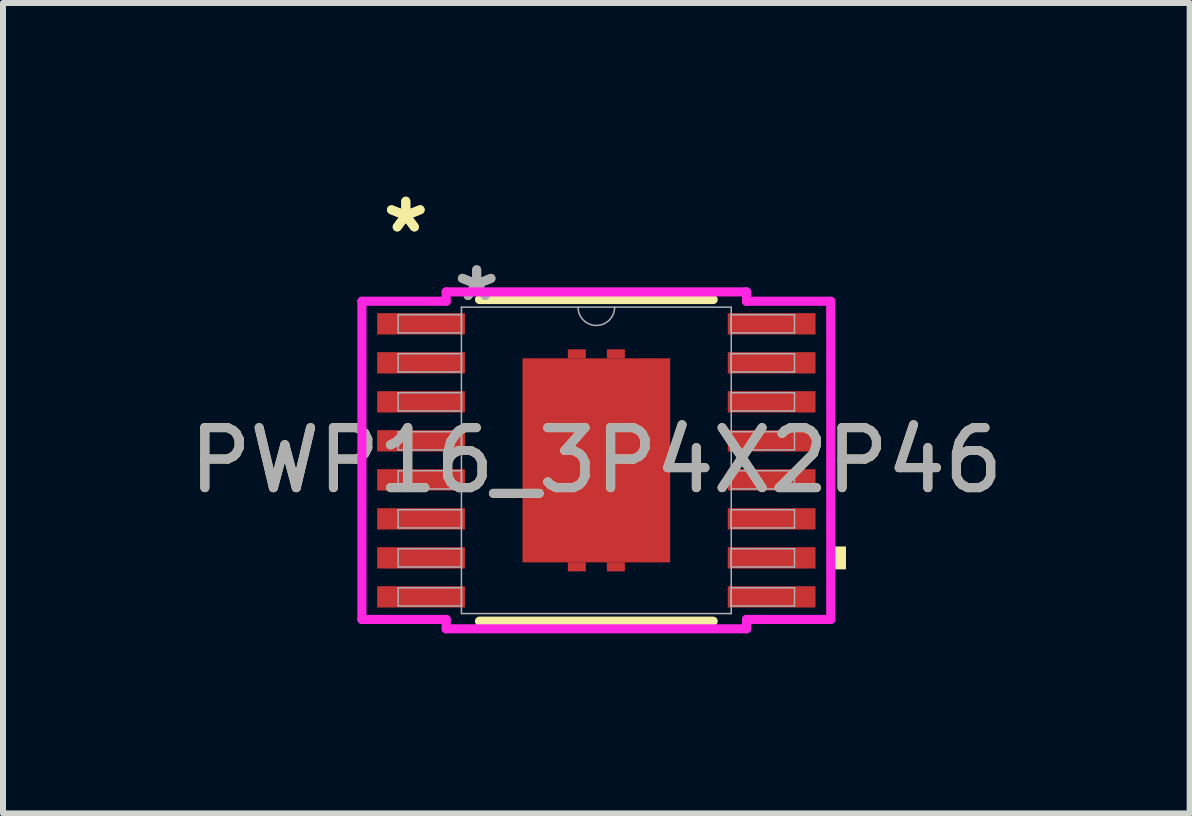
<source format=kicad_pcb>
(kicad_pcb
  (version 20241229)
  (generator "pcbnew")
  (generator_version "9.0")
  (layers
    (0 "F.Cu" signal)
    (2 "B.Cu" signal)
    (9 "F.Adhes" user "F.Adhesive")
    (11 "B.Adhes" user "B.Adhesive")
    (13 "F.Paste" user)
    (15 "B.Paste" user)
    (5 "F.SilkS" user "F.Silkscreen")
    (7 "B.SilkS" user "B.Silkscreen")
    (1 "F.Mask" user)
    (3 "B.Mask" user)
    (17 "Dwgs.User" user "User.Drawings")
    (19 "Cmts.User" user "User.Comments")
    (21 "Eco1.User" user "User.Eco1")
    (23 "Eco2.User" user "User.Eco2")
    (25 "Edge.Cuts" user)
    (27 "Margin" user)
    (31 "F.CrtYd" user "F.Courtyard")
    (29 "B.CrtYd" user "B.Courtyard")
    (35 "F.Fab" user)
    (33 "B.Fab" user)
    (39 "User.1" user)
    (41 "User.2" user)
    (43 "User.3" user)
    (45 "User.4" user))
  (footprint "PWP16_3P4X2P46"
    (layer "F.Cu")
    (at 6.887 4.621)
    (property "Reference" "PWP16_3P4X2P46" (at 0 0 0) (unlocked yes) (layer "F.SilkS") (effects (font (size 1 1) (thickness 0.15))))
    (attr smd)
    (fp_poly (pts (xy -0.175 -1.7) (xy -0.175 -1.85) (xy -0.475 -1.85) (xy -0.475 -1.7)) (stroke (width 0) (type solid)) (fill yes) (layer "F.Cu"))
    (fp_poly (pts (xy -0.175 1.7) (xy -0.175 1.85) (xy -0.475 1.85) (xy -0.475 1.7)) (stroke (width 0) (type solid)) (fill yes) (layer "F.Cu"))
    (fp_poly (pts (xy 0.175 -1.7) (xy 0.175 -1.85) (xy 0.475 -1.85) (xy 0.475 -1.7)) (stroke (width 0) (type solid)) (fill yes) (layer "F.Cu"))
    (fp_poly (pts (xy 0.175 1.7) (xy 0.175 1.85) (xy 0.475 1.85) (xy 0.475 1.7)) (stroke (width 0) (type solid)) (fill yes) (layer "F.Cu"))
    (fp_poly (pts (xy -0.175 -1.7) (xy -0.175 -1.85) (xy -0.475 -1.85) (xy -0.475 -1.7)) (stroke (width 0) (type solid)) (fill yes) (layer "F.Mask"))
    (fp_poly (pts (xy -0.175 1.7) (xy -0.175 1.85) (xy -0.475 1.85) (xy -0.475 1.7)) (stroke (width 0) (type solid)) (fill yes) (layer "F.Mask"))
    (fp_poly (pts (xy 0.175 -1.7) (xy 0.175 -1.85) (xy 0.475 -1.85) (xy 0.475 -1.7)) (stroke (width 0) (type solid)) (fill yes) (layer "F.Mask"))
    (fp_poly (pts (xy 0.175 1.7) (xy 0.175 1.85) (xy 0.475 1.85) (xy 0.475 1.7)) (stroke (width 0) (type solid)) (fill yes) (layer "F.Mask"))
    (fp_line (start -1.947 2.68) (end 1.947 2.68) (stroke (width 0.152) (type solid)) (layer "F.SilkS"))
    (fp_line (start 1.947 -2.68) (end -1.947 -2.68) (stroke (width 0.152) (type solid)) (layer "F.SilkS"))
    (fp_poly (pts (xy 4.16 1.435) (xy 4.16 1.816) (xy 3.906 1.816) (xy 3.906 1.435)) (stroke (width 0) (type solid)) (fill yes) (layer "F.SilkS"))
    (fp_poly (pts (xy -1.13 -1.6) (xy -1.13 -0.1) (xy 1.13 -0.1) (xy 1.13 -1.6)) (stroke (width 0) (type solid)) (fill yes) (layer "F.Paste"))
    (fp_poly (pts (xy -1.13 0.1) (xy -1.13 1.6) (xy 1.13 1.6) (xy 1.13 0.1)) (stroke (width 0) (type solid)) (fill yes) (layer "F.Paste"))
    (fp_line (start -3.906 -2.651) (end -2.502 -2.651) (stroke (width 0.152) (type solid)) (layer "F.CrtYd"))
    (fp_line (start -3.906 2.651) (end -3.906 -2.651) (stroke (width 0.152) (type solid)) (layer "F.CrtYd"))
    (fp_line (start -3.906 2.651) (end -2.502 2.651) (stroke (width 0.152) (type solid)) (layer "F.CrtYd"))
    (fp_line (start -2.502 -2.807) (end 2.502 -2.807) (stroke (width 0.152) (type solid)) (layer "F.CrtYd"))
    (fp_line (start -2.502 -2.651) (end -2.502 -2.807) (stroke (width 0.152) (type solid)) (layer "F.CrtYd"))
    (fp_line (start -2.502 2.807) (end -2.502 2.651) (stroke (width 0.152) (type solid)) (layer "F.CrtYd"))
    (fp_line (start 2.502 -2.807) (end 2.502 -2.651) (stroke (width 0.152) (type solid)) (layer "F.CrtYd"))
    (fp_line (start 2.502 2.651) (end 2.502 2.807) (stroke (width 0.152) (type solid)) (layer "F.CrtYd"))
    (fp_line (start 2.502 2.807) (end -2.502 2.807) (stroke (width 0.152) (type solid)) (layer "F.CrtYd"))
    (fp_line (start 3.906 -2.651) (end 2.502 -2.651) (stroke (width 0.152) (type solid)) (layer "F.CrtYd"))
    (fp_line (start 3.906 -2.651) (end 3.906 2.651) (stroke (width 0.152) (type solid)) (layer "F.CrtYd"))
    (fp_line (start 3.906 2.651) (end 2.502 2.651) (stroke (width 0.152) (type solid)) (layer "F.CrtYd"))
    (fp_line (start -3.302 -2.427) (end -3.302 -2.123) (stroke (width 0.025) (type solid)) (layer "F.Fab"))
    (fp_line (start -3.302 -2.123) (end -2.248 -2.123) (stroke (width 0.025) (type solid)) (layer "F.Fab"))
    (fp_line (start -3.302 -1.777) (end -3.302 -1.473) (stroke (width 0.025) (type solid)) (layer "F.Fab"))
    (fp_line (start -3.302 -1.473) (end -2.248 -1.473) (stroke (width 0.025) (type solid)) (layer "F.Fab"))
    (fp_line (start -3.302 -1.127) (end -3.302 -0.823) (stroke (width 0.025) (type solid)) (layer "F.Fab"))
    (fp_line (start -3.302 -0.823) (end -2.248 -0.823) (stroke (width 0.025) (type solid)) (layer "F.Fab"))
    (fp_line (start -3.302 -0.477) (end -3.302 -0.173) (stroke (width 0.025) (type solid)) (layer "F.Fab"))
    (fp_line (start -3.302 -0.173) (end -2.248 -0.173) (stroke (width 0.025) (type solid)) (layer "F.Fab"))
    (fp_line (start -3.302 0.173) (end -3.302 0.477) (stroke (width 0.025) (type solid)) (layer "F.Fab"))
    (fp_line (start -3.302 0.477) (end -2.248 0.477) (stroke (width 0.025) (type solid)) (layer "F.Fab"))
    (fp_line (start -3.302 0.823) (end -3.302 1.127) (stroke (width 0.025) (type solid)) (layer "F.Fab"))
    (fp_line (start -3.302 1.127) (end -2.248 1.127) (stroke (width 0.025) (type solid)) (layer "F.Fab"))
    (fp_line (start -3.302 1.473) (end -3.302 1.777) (stroke (width 0.025) (type solid)) (layer "F.Fab"))
    (fp_line (start -3.302 1.777) (end -2.248 1.777) (stroke (width 0.025) (type solid)) (layer "F.Fab"))
    (fp_line (start -3.302 2.123) (end -3.302 2.427) (stroke (width 0.025) (type solid)) (layer "F.Fab"))
    (fp_line (start -3.302 2.427) (end -2.248 2.427) (stroke (width 0.025) (type solid)) (layer "F.Fab"))
    (fp_line (start -2.248 -2.553) (end -2.248 2.553) (stroke (width 0.025) (type solid)) (layer "F.Fab"))
    (fp_line (start -2.248 -2.427) (end -3.302 -2.427) (stroke (width 0.025) (type solid)) (layer "F.Fab"))
    (fp_line (start -2.248 -2.123) (end -2.248 -2.427) (stroke (width 0.025) (type solid)) (layer "F.Fab"))
    (fp_line (start -2.248 -1.777) (end -3.302 -1.777) (stroke (width 0.025) (type solid)) (layer "F.Fab"))
    (fp_line (start -2.248 -1.473) (end -2.248 -1.777) (stroke (width 0.025) (type solid)) (layer "F.Fab"))
    (fp_line (start -2.248 -1.127) (end -3.302 -1.127) (stroke (width 0.025) (type solid)) (layer "F.Fab"))
    (fp_line (start -2.248 -0.823) (end -2.248 -1.127) (stroke (width 0.025) (type solid)) (layer "F.Fab"))
    (fp_line (start -2.248 -0.477) (end -3.302 -0.477) (stroke (width 0.025) (type solid)) (layer "F.Fab"))
    (fp_line (start -2.248 -0.173) (end -2.248 -0.477) (stroke (width 0.025) (type solid)) (layer "F.Fab"))
    (fp_line (start -2.248 0.173) (end -3.302 0.173) (stroke (width 0.025) (type solid)) (layer "F.Fab"))
    (fp_line (start -2.248 0.477) (end -2.248 0.173) (stroke (width 0.025) (type solid)) (layer "F.Fab"))
    (fp_line (start -2.248 0.823) (end -3.302 0.823) (stroke (width 0.025) (type solid)) (layer "F.Fab"))
    (fp_line (start -2.248 1.127) (end -2.248 0.823) (stroke (width 0.025) (type solid)) (layer "F.Fab"))
    (fp_line (start -2.248 1.473) (end -3.302 1.473) (stroke (width 0.025) (type solid)) (layer "F.Fab"))
    (fp_line (start -2.248 1.777) (end -2.248 1.473) (stroke (width 0.025) (type solid)) (layer "F.Fab"))
    (fp_line (start -2.248 2.123) (end -3.302 2.123) (stroke (width 0.025) (type solid)) (layer "F.Fab"))
    (fp_line (start -2.248 2.427) (end -2.248 2.123) (stroke (width 0.025) (type solid)) (layer "F.Fab"))
    (fp_line (start -2.248 2.553) (end 2.248 2.553) (stroke (width 0.025) (type solid)) (layer "F.Fab"))
    (fp_line (start 2.248 -2.553) (end -2.248 -2.553) (stroke (width 0.025) (type solid)) (layer "F.Fab"))
    (fp_line (start 2.248 -2.427) (end 2.248 -2.123) (stroke (width 0.025) (type solid)) (layer "F.Fab"))
    (fp_line (start 2.248 -2.123) (end 3.302 -2.123) (stroke (width 0.025) (type solid)) (layer "F.Fab"))
    (fp_line (start 2.248 -1.777) (end 2.248 -1.473) (stroke (width 0.025) (type solid)) (layer "F.Fab"))
    (fp_line (start 2.248 -1.473) (end 3.302 -1.473) (stroke (width 0.025) (type solid)) (layer "F.Fab"))
    (fp_line (start 2.248 -1.127) (end 2.248 -0.823) (stroke (width 0.025) (type solid)) (layer "F.Fab"))
    (fp_line (start 2.248 -0.823) (end 3.302 -0.823) (stroke (width 0.025) (type solid)) (layer "F.Fab"))
    (fp_line (start 2.248 -0.477) (end 2.248 -0.173) (stroke (width 0.025) (type solid)) (layer "F.Fab"))
    (fp_line (start 2.248 -0.173) (end 3.302 -0.173) (stroke (width 0.025) (type solid)) (layer "F.Fab"))
    (fp_line (start 2.248 0.173) (end 2.248 0.477) (stroke (width 0.025) (type solid)) (layer "F.Fab"))
    (fp_line (start 2.248 0.477) (end 3.302 0.477) (stroke (width 0.025) (type solid)) (layer "F.Fab"))
    (fp_line (start 2.248 0.823) (end 2.248 1.127) (stroke (width 0.025) (type solid)) (layer "F.Fab"))
    (fp_line (start 2.248 1.127) (end 3.302 1.127) (stroke (width 0.025) (type solid)) (layer "F.Fab"))
    (fp_line (start 2.248 1.473) (end 2.248 1.777) (stroke (width 0.025) (type solid)) (layer "F.Fab"))
    (fp_line (start 2.248 1.777) (end 3.302 1.777) (stroke (width 0.025) (type solid)) (layer "F.Fab"))
    (fp_line (start 2.248 2.123) (end 2.248 2.427) (stroke (width 0.025) (type solid)) (layer "F.Fab"))
    (fp_line (start 2.248 2.427) (end 3.302 2.427) (stroke (width 0.025) (type solid)) (layer "F.Fab"))
    (fp_line (start 2.248 2.553) (end 2.248 -2.553) (stroke (width 0.025) (type solid)) (layer "F.Fab"))
    (fp_line (start 3.302 -2.427) (end 2.248 -2.427) (stroke (width 0.025) (type solid)) (layer "F.Fab"))
    (fp_line (start 3.302 -2.123) (end 3.302 -2.427) (stroke (width 0.025) (type solid)) (layer "F.Fab"))
    (fp_line (start 3.302 -1.777) (end 2.248 -1.777) (stroke (width 0.025) (type solid)) (layer "F.Fab"))
    (fp_line (start 3.302 -1.473) (end 3.302 -1.777) (stroke (width 0.025) (type solid)) (layer "F.Fab"))
    (fp_line (start 3.302 -1.127) (end 2.248 -1.127) (stroke (width 0.025) (type solid)) (layer "F.Fab"))
    (fp_line (start 3.302 -0.823) (end 3.302 -1.127) (stroke (width 0.025) (type solid)) (layer "F.Fab"))
    (fp_line (start 3.302 -0.477) (end 2.248 -0.477) (stroke (width 0.025) (type solid)) (layer "F.Fab"))
    (fp_line (start 3.302 -0.173) (end 3.302 -0.477) (stroke (width 0.025) (type solid)) (layer "F.Fab"))
    (fp_line (start 3.302 0.173) (end 2.248 0.173) (stroke (width 0.025) (type solid)) (layer "F.Fab"))
    (fp_line (start 3.302 0.477) (end 3.302 0.173) (stroke (width 0.025) (type solid)) (layer "F.Fab"))
    (fp_line (start 3.302 0.823) (end 2.248 0.823) (stroke (width 0.025) (type solid)) (layer "F.Fab"))
    (fp_line (start 3.302 1.127) (end 3.302 0.823) (stroke (width 0.025) (type solid)) (layer "F.Fab"))
    (fp_line (start 3.302 1.473) (end 2.248 1.473) (stroke (width 0.025) (type solid)) (layer "F.Fab"))
    (fp_line (start 3.302 1.777) (end 3.302 1.473) (stroke (width 0.025) (type solid)) (layer "F.Fab"))
    (fp_line (start 3.302 2.123) (end 2.248 2.123) (stroke (width 0.025) (type solid)) (layer "F.Fab"))
    (fp_line (start 3.302 2.427) (end 3.302 2.123) (stroke (width 0.025) (type solid)) (layer "F.Fab"))
    (fp_arc (start 0.3048 -2.5527) (mid 0 -2.2479) (end -0.3048 -2.5527) (stroke (width 0.0254) (type solid)) (layer "F.Fab"))
    (fp_text user "*" (at -3.175 -3.773 0) (unlocked yes) (layer "F.SilkS") (effects (font (size 1 1) (thickness 0.15))))
    (fp_text user "*" (at -3.175 -3.773 0) (layer "F.SilkS") (effects (font (size 1 1) (thickness 0.15))))
    (fp_text user "*" (at -1.994 -2.63 0) (layer "F.Fab") (effects (font (size 1 1) (thickness 0.15))))
    (fp_text user "${REFERENCE}" (at 0 0 0) (unlocked yes) (layer "F.Fab") (effects (font (size 1 1) (thickness 0.15))))
    (fp_text user "*" (at -1.994 -2.63 0) (unlocked yes) (layer "F.Fab") (effects (font (size 1 1) (thickness 0.15))))
    (pad "1" smd rect (at -2.921 -2.275) (size 1.462 0.355) (layers "F.Cu" "F.Mask" "F.Paste"))
    (pad "2" smd rect (at -2.921 -1.625) (size 1.462 0.355) (layers "F.Cu" "F.Mask" "F.Paste"))
    (pad "3" smd rect (at -2.921 -0.975) (size 1.462 0.355) (layers "F.Cu" "F.Mask" "F.Paste"))
    (pad "4" smd rect (at -2.921 -0.325) (size 1.462 0.355) (layers "F.Cu" "F.Mask" "F.Paste"))
    (pad "5" smd rect (at -2.921 0.325) (size 1.462 0.355) (layers "F.Cu" "F.Mask" "F.Paste"))
    (pad "6" smd rect (at -2.921 0.975) (size 1.462 0.355) (layers "F.Cu" "F.Mask" "F.Paste"))
    (pad "7" smd rect (at -2.921 1.625) (size 1.462 0.355) (layers "F.Cu" "F.Mask" "F.Paste"))
    (pad "8" smd rect (at -2.921 2.275) (size 1.462 0.355) (layers "F.Cu" "F.Mask" "F.Paste"))
    (pad "9" smd rect (at 2.921 2.275) (size 1.462 0.355) (layers "F.Cu" "F.Mask" "F.Paste"))
    (pad "10" smd rect (at 2.921 1.625) (size 1.462 0.355) (layers "F.Cu" "F.Mask" "F.Paste"))
    (pad "11" smd rect (at 2.921 0.975) (size 1.462 0.355) (layers "F.Cu" "F.Mask" "F.Paste"))
    (pad "12" smd rect (at 2.921 0.325) (size 1.462 0.355) (layers "F.Cu" "F.Mask" "F.Paste"))
    (pad "13" smd rect (at 2.921 -0.325) (size 1.462 0.355) (layers "F.Cu" "F.Mask" "F.Paste"))
    (pad "14" smd rect (at 2.921 -0.975) (size 1.462 0.355) (layers "F.Cu" "F.Mask" "F.Paste"))
    (pad "15" smd rect (at 2.921 -1.625) (size 1.462 0.355) (layers "F.Cu" "F.Mask" "F.Paste"))
    (pad "16" smd rect (at 2.921 -2.275) (size 1.462 0.355) (layers "F.Cu" "F.Mask" "F.Paste"))
    (pad "17" smd rect (at 0 0) (size 2.46 3.4) (layers "F.Cu" "F.Mask" "F.Paste")))
  (gr_rect
    (start -3 -3)
    (end 16.774 10.504)
    (stroke (width 0.1) (type default))
    (fill no)
    (layer "Edge.Cuts")))
</source>
